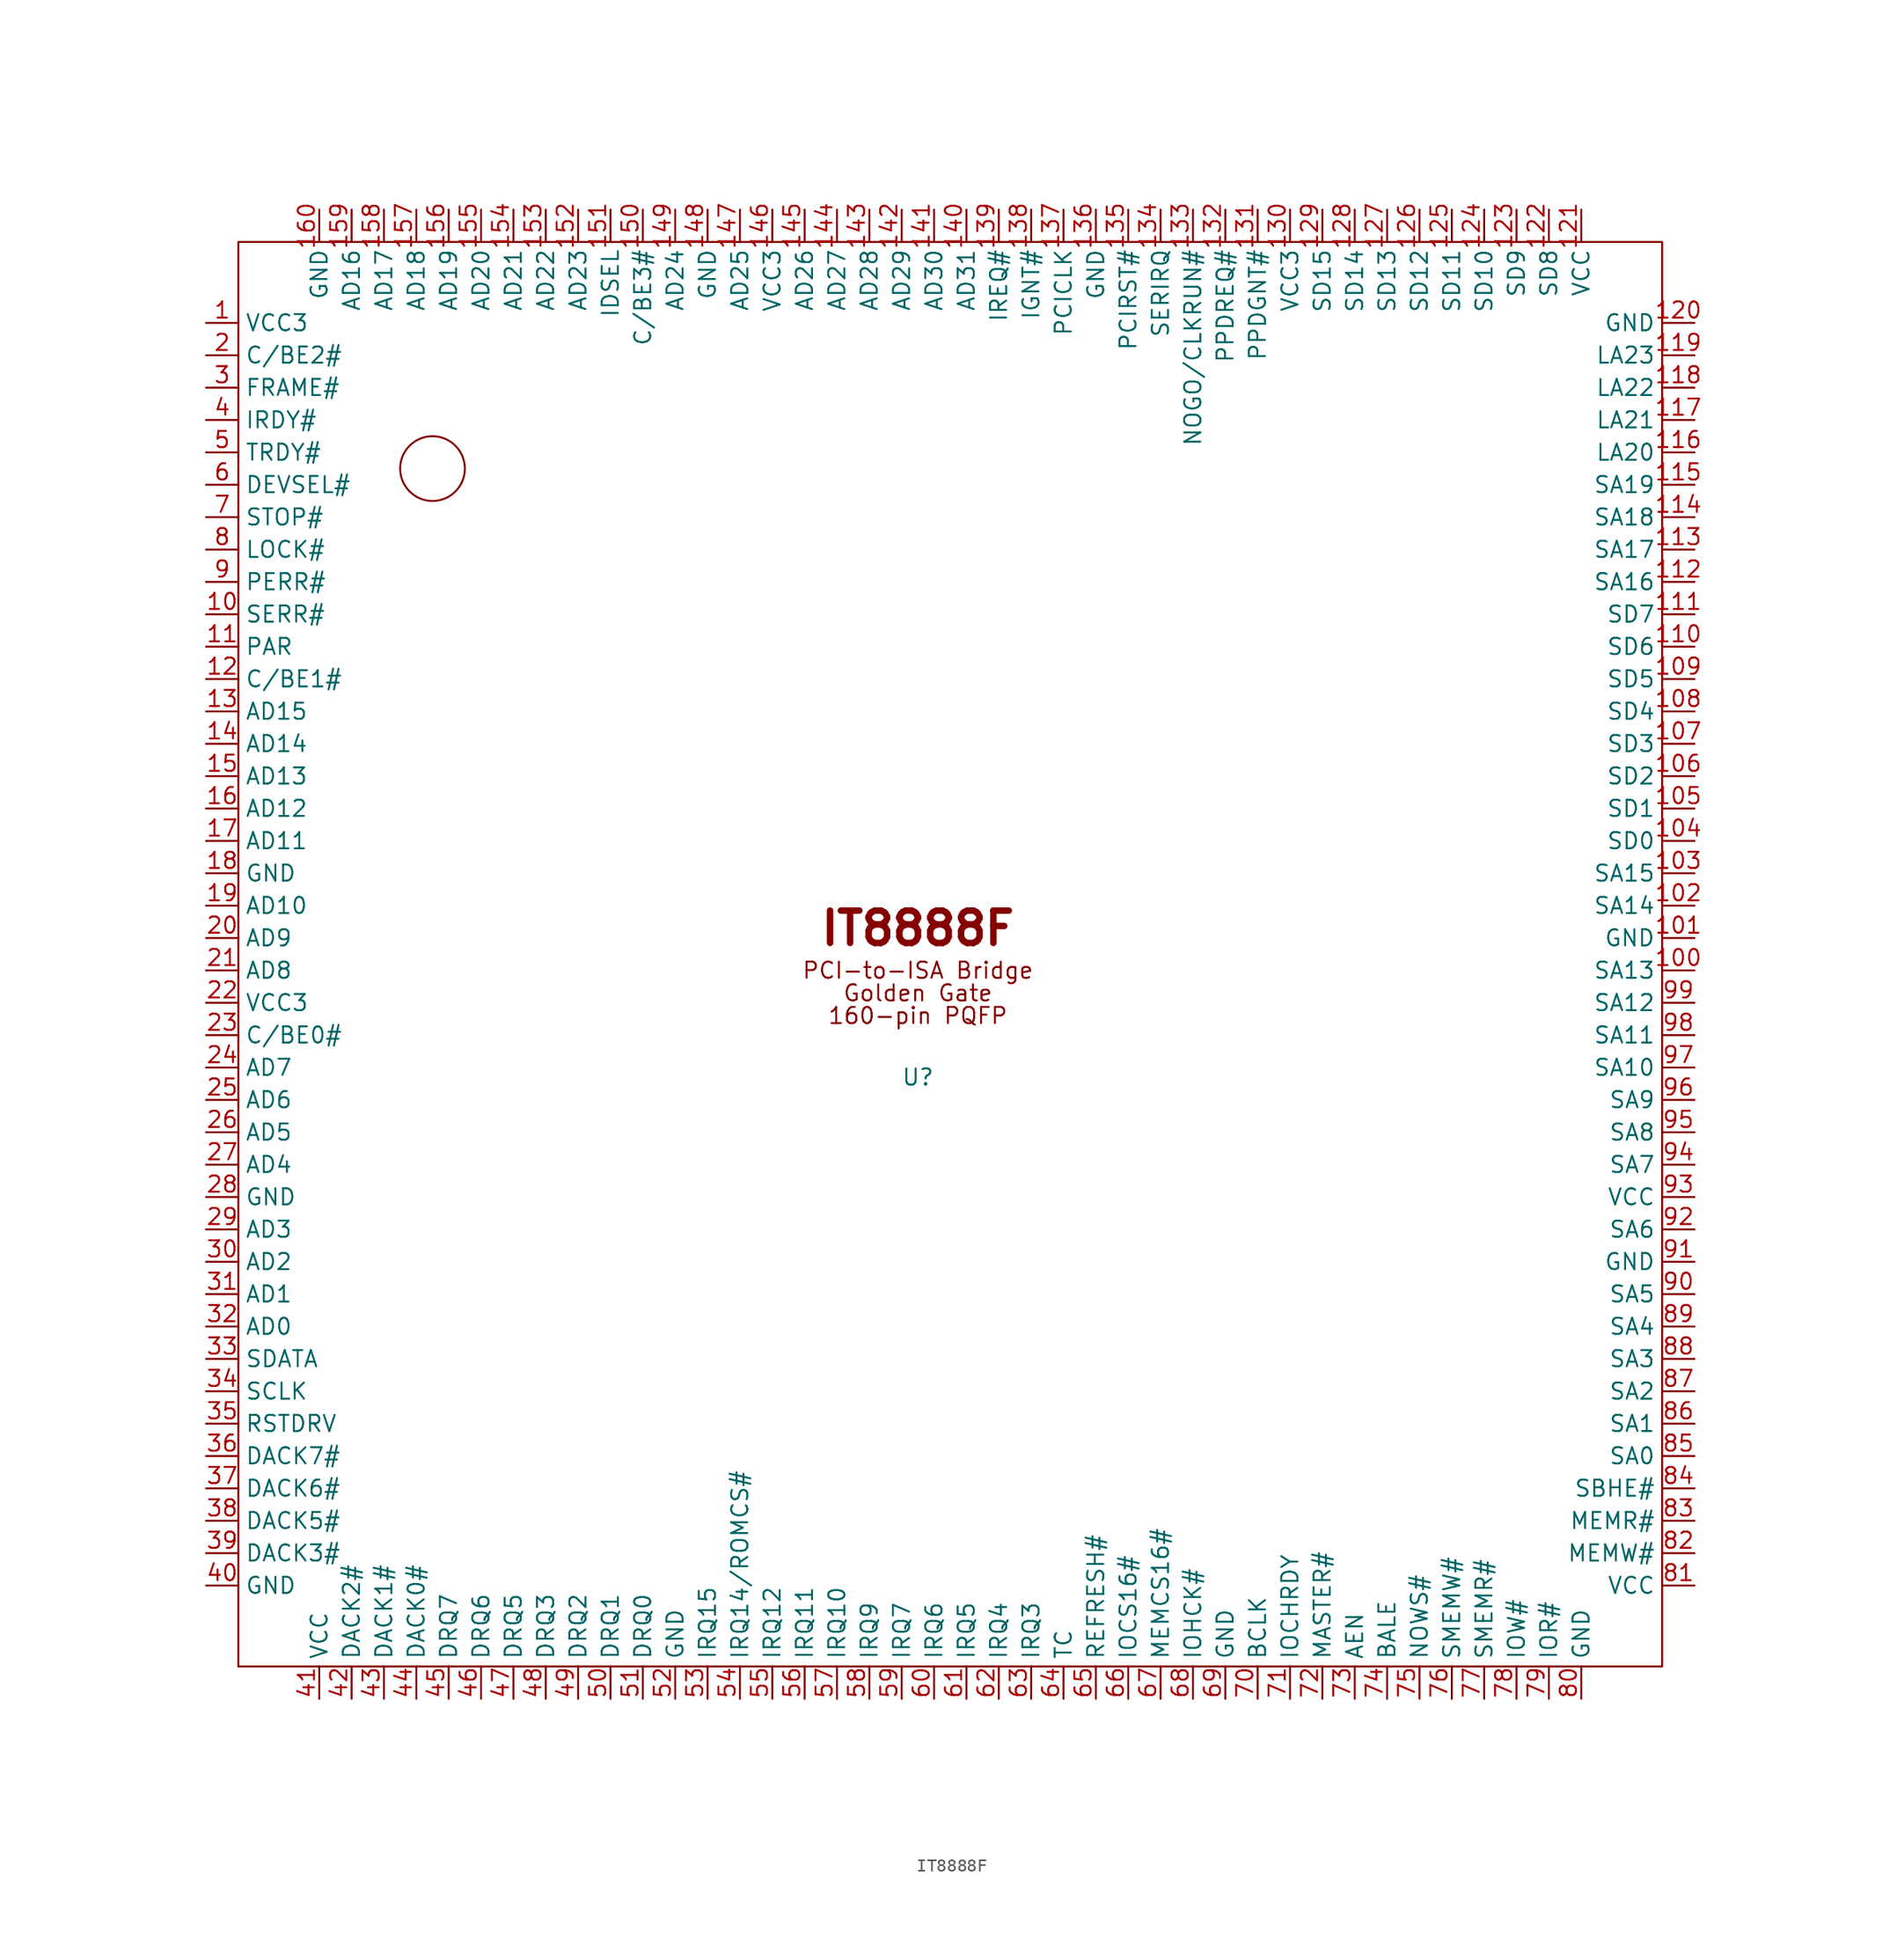
<source format=kicad_sym>
(kicad_symbol_lib
  (version 20241209)
  (generator "kicad_symbol_editor")
  (generator_version "9.0")
  (symbol "IT8888F"
    (property "Reference" "U"
      (at 0 -9.652 0)
      (effects (font (size 1.27 1.27))))
    (property "Value" ""
      (at 0 0 0)
      (effects (font (size 1.27 1.27))))
    (symbol "IT8888F_1_1"
      (rectangle (start -53.34 55.88) (end 58.42 -55.88) (stroke (width 0) (type solid)) (fill (type none)))
      (circle (center -38.1 38.1) (radius 2.54) (stroke (width 0) (type default)) (fill (type none)))
      (text "IT8888F" (at 0 2.032 0) (effects (font (size 2.54 2.54) (thickness 0.508) (bold yes))))
      (text "PCI-to-ISA Bridge" (at 0 -1.27 0) (effects (font (size 1.27 1.27))))
      (text "Golden Gate" (at 0 -3.048 0) (effects (font (size 1.27 1.27))))
      (text "160-pin PQFP" (at 0 -4.826 0) (effects (font (size 1.27 1.27))))
      (pin unspecified line (at -55.88 49.53 0) (length 2.54) (name "VCC3" (effects (font (size 1.27 1.27)))) (number "1" (effects (font (size 1.27 1.27)))))
      (pin unspecified line (at -55.88 46.99 0) (length 2.54) (name "C/BE2#" (effects (font (size 1.27 1.27)))) (number "2" (effects (font (size 1.27 1.27)))))
      (pin unspecified line (at -55.88 44.45 0) (length 2.54) (name "FRAME#" (effects (font (size 1.27 1.27)))) (number "3" (effects (font (size 1.27 1.27)))))
      (pin unspecified line (at -55.88 41.91 0) (length 2.54) (name "IRDY#" (effects (font (size 1.27 1.27)))) (number "4" (effects (font (size 1.27 1.27)))))
      (pin unspecified line (at -55.88 39.37 0) (length 2.54) (name "TRDY#" (effects (font (size 1.27 1.27)))) (number "5" (effects (font (size 1.27 1.27)))))
      (pin unspecified line (at -55.88 36.83 0) (length 2.54) (name "DEVSEL#" (effects (font (size 1.27 1.27)))) (number "6" (effects (font (size 1.27 1.27)))))
      (pin unspecified line (at -55.88 34.29 0) (length 2.54) (name "STOP#" (effects (font (size 1.27 1.27)))) (number "7" (effects (font (size 1.27 1.27)))))
      (pin unspecified line (at -55.88 31.75 0) (length 2.54) (name "LOCK#" (effects (font (size 1.27 1.27)))) (number "8" (effects (font (size 1.27 1.27)))))
      (pin unspecified line (at -55.88 29.21 0) (length 2.54) (name "PERR#" (effects (font (size 1.27 1.27)))) (number "9" (effects (font (size 1.27 1.27)))))
      (pin unspecified line (at -55.88 26.67 0) (length 2.54) (name "SERR#" (effects (font (size 1.27 1.27)))) (number "10" (effects (font (size 1.27 1.27)))))
      (pin unspecified line (at -55.88 24.13 0) (length 2.54) (name "PAR" (effects (font (size 1.27 1.27)))) (number "11" (effects (font (size 1.27 1.27)))))
      (pin unspecified line (at -55.88 21.59 0) (length 2.54) (name "C/BE1#" (effects (font (size 1.27 1.27)))) (number "12" (effects (font (size 1.27 1.27)))))
      (pin unspecified line (at -55.88 19.05 0) (length 2.54) (name "AD15" (effects (font (size 1.27 1.27)))) (number "13" (effects (font (size 1.27 1.27)))))
      (pin unspecified line (at -55.88 16.51 0) (length 2.54) (name "AD14" (effects (font (size 1.27 1.27)))) (number "14" (effects (font (size 1.27 1.27)))))
      (pin unspecified line (at -55.88 13.97 0) (length 2.54) (name "AD13" (effects (font (size 1.27 1.27)))) (number "15" (effects (font (size 1.27 1.27)))))
      (pin unspecified line (at -55.88 11.43 0) (length 2.54) (name "AD12" (effects (font (size 1.27 1.27)))) (number "16" (effects (font (size 1.27 1.27)))))
      (pin unspecified line (at -55.88 8.89 0) (length 2.54) (name "AD11" (effects (font (size 1.27 1.27)))) (number "17" (effects (font (size 1.27 1.27)))))
      (pin unspecified line (at -55.88 6.35 0) (length 2.54) (name "GND" (effects (font (size 1.27 1.27)))) (number "18" (effects (font (size 1.27 1.27)))))
      (pin unspecified line (at -55.88 3.81 0) (length 2.54) (name "AD10" (effects (font (size 1.27 1.27)))) (number "19" (effects (font (size 1.27 1.27)))))
      (pin unspecified line (at -55.88 1.27 0) (length 2.54) (name "AD9" (effects (font (size 1.27 1.27)))) (number "20" (effects (font (size 1.27 1.27)))))
      (pin unspecified line (at -55.88 -1.27 0) (length 2.54) (name "AD8" (effects (font (size 1.27 1.27)))) (number "21" (effects (font (size 1.27 1.27)))))
      (pin unspecified line (at -55.88 -3.81 0) (length 2.54) (name "VCC3" (effects (font (size 1.27 1.27)))) (number "22" (effects (font (size 1.27 1.27)))))
      (pin unspecified line (at -55.88 -6.35 0) (length 2.54) (name "C/BE0#" (effects (font (size 1.27 1.27)))) (number "23" (effects (font (size 1.27 1.27)))))
      (pin unspecified line (at -55.88 -8.89 0) (length 2.54) (name "AD7" (effects (font (size 1.27 1.27)))) (number "24" (effects (font (size 1.27 1.27)))))
      (pin unspecified line (at -55.88 -11.43 0) (length 2.54) (name "AD6" (effects (font (size 1.27 1.27)))) (number "25" (effects (font (size 1.27 1.27)))))
      (pin unspecified line (at -55.88 -13.97 0) (length 2.54) (name "AD5" (effects (font (size 1.27 1.27)))) (number "26" (effects (font (size 1.27 1.27)))))
      (pin unspecified line (at -55.88 -16.51 0) (length 2.54) (name "AD4" (effects (font (size 1.27 1.27)))) (number "27" (effects (font (size 1.27 1.27)))))
      (pin unspecified line (at -55.88 -19.05 0) (length 2.54) (name "GND" (effects (font (size 1.27 1.27)))) (number "28" (effects (font (size 1.27 1.27)))))
      (pin unspecified line (at -55.88 -21.59 0) (length 2.54) (name "AD3" (effects (font (size 1.27 1.27)))) (number "29" (effects (font (size 1.27 1.27)))))
      (pin unspecified line (at -55.88 -24.13 0) (length 2.54) (name "AD2" (effects (font (size 1.27 1.27)))) (number "30" (effects (font (size 1.27 1.27)))))
      (pin unspecified line (at -55.88 -26.67 0) (length 2.54) (name "AD1" (effects (font (size 1.27 1.27)))) (number "31" (effects (font (size 1.27 1.27)))))
      (pin unspecified line (at -55.88 -29.21 0) (length 2.54) (name "AD0" (effects (font (size 1.27 1.27)))) (number "32" (effects (font (size 1.27 1.27)))))
      (pin unspecified line (at -55.88 -31.75 0) (length 2.54) (name "SDATA" (effects (font (size 1.27 1.27)))) (number "33" (effects (font (size 1.27 1.27)))))
      (pin unspecified line (at -55.88 -34.29 0) (length 2.54) (name "SCLK" (effects (font (size 1.27 1.27)))) (number "34" (effects (font (size 1.27 1.27)))))
      (pin unspecified line (at -55.88 -36.83 0) (length 2.54) (name "RSTDRV" (effects (font (size 1.27 1.27)))) (number "35" (effects (font (size 1.27 1.27)))))
      (pin unspecified line (at -55.88 -39.37 0) (length 2.54) (name "DACK7#" (effects (font (size 1.27 1.27)))) (number "36" (effects (font (size 1.27 1.27)))))
      (pin unspecified line (at -55.88 -41.91 0) (length 2.54) (name "DACK6#" (effects (font (size 1.27 1.27)))) (number "37" (effects (font (size 1.27 1.27)))))
      (pin unspecified line (at -55.88 -44.45 0) (length 2.54) (name "DACK5#" (effects (font (size 1.27 1.27)))) (number "38" (effects (font (size 1.27 1.27)))))
      (pin unspecified line (at -55.88 -46.99 0) (length 2.54) (name "DACK3#" (effects (font (size 1.27 1.27)))) (number "39" (effects (font (size 1.27 1.27)))))
      (pin unspecified line (at -55.88 -49.53 0) (length 2.54) (name "GND" (effects (font (size 1.27 1.27)))) (number "40" (effects (font (size 1.27 1.27)))))
      (pin unspecified line (at -46.99 58.42 270) (length 2.54) (name "GND" (effects (font (size 1.27 1.27)))) (number "160" (effects (font (size 1.27 1.27)))))
      (pin unspecified line (at -46.99 -58.42 90) (length 2.54) (name "VCC" (effects (font (size 1.27 1.27)))) (number "41" (effects (font (size 1.27 1.27)))))
      (pin unspecified line (at -44.45 58.42 270) (length 2.54) (name "AD16" (effects (font (size 1.27 1.27)))) (number "159" (effects (font (size 1.27 1.27)))))
      (pin unspecified line (at -44.45 -58.42 90) (length 2.54) (name "DACK2#" (effects (font (size 1.27 1.27)))) (number "42" (effects (font (size 1.27 1.27)))))
      (pin unspecified line (at -41.91 58.42 270) (length 2.54) (name "AD17" (effects (font (size 1.27 1.27)))) (number "158" (effects (font (size 1.27 1.27)))))
      (pin unspecified line (at -41.91 -58.42 90) (length 2.54) (name "DACK1#" (effects (font (size 1.27 1.27)))) (number "43" (effects (font (size 1.27 1.27)))))
      (pin unspecified line (at -39.37 58.42 270) (length 2.54) (name "AD18" (effects (font (size 1.27 1.27)))) (number "157" (effects (font (size 1.27 1.27)))))
      (pin unspecified line (at -39.37 -58.42 90) (length 2.54) (name "DACK0#" (effects (font (size 1.27 1.27)))) (number "44" (effects (font (size 1.27 1.27)))))
      (pin unspecified line (at -36.83 58.42 270) (length 2.54) (name "AD19" (effects (font (size 1.27 1.27)))) (number "156" (effects (font (size 1.27 1.27)))))
      (pin unspecified line (at -36.83 -58.42 90) (length 2.54) (name "DRQ7" (effects (font (size 1.27 1.27)))) (number "45" (effects (font (size 1.27 1.27)))))
      (pin unspecified line (at -34.29 58.42 270) (length 2.54) (name "AD20" (effects (font (size 1.27 1.27)))) (number "155" (effects (font (size 1.27 1.27)))))
      (pin unspecified line (at -34.29 -58.42 90) (length 2.54) (name "DRQ6" (effects (font (size 1.27 1.27)))) (number "46" (effects (font (size 1.27 1.27)))))
      (pin unspecified line (at -31.75 58.42 270) (length 2.54) (name "AD21" (effects (font (size 1.27 1.27)))) (number "154" (effects (font (size 1.27 1.27)))))
      (pin unspecified line (at -31.75 -58.42 90) (length 2.54) (name "DRQ5" (effects (font (size 1.27 1.27)))) (number "47" (effects (font (size 1.27 1.27)))))
      (pin unspecified line (at -29.21 58.42 270) (length 2.54) (name "AD22" (effects (font (size 1.27 1.27)))) (number "153" (effects (font (size 1.27 1.27)))))
      (pin unspecified line (at -29.21 -58.42 90) (length 2.54) (name "DRQ3" (effects (font (size 1.27 1.27)))) (number "48" (effects (font (size 1.27 1.27)))))
      (pin unspecified line (at -26.67 58.42 270) (length 2.54) (name "AD23" (effects (font (size 1.27 1.27)))) (number "152" (effects (font (size 1.27 1.27)))))
      (pin unspecified line (at -26.67 -58.42 90) (length 2.54) (name "DRQ2" (effects (font (size 1.27 1.27)))) (number "49" (effects (font (size 1.27 1.27)))))
      (pin unspecified line (at -24.13 58.42 270) (length 2.54) (name "IDSEL" (effects (font (size 1.27 1.27)))) (number "151" (effects (font (size 1.27 1.27)))))
      (pin unspecified line (at -24.13 -58.42 90) (length 2.54) (name "DRQ1" (effects (font (size 1.27 1.27)))) (number "50" (effects (font (size 1.27 1.27)))))
      (pin unspecified line (at -21.59 58.42 270) (length 2.54) (name "C/BE3#" (effects (font (size 1.27 1.27)))) (number "150" (effects (font (size 1.27 1.27)))))
      (pin unspecified line (at -21.59 -58.42 90) (length 2.54) (name "DRQ0" (effects (font (size 1.27 1.27)))) (number "51" (effects (font (size 1.27 1.27)))))
      (pin unspecified line (at -19.05 58.42 270) (length 2.54) (name "AD24" (effects (font (size 1.27 1.27)))) (number "149" (effects (font (size 1.27 1.27)))))
      (pin unspecified line (at -19.05 -58.42 90) (length 2.54) (name "GND" (effects (font (size 1.27 1.27)))) (number "52" (effects (font (size 1.27 1.27)))))
      (pin unspecified line (at -16.51 58.42 270) (length 2.54) (name "GND" (effects (font (size 1.27 1.27)))) (number "148" (effects (font (size 1.27 1.27)))))
      (pin unspecified line (at -16.51 -58.42 90) (length 2.54) (name "IRQ15" (effects (font (size 1.27 1.27)))) (number "53" (effects (font (size 1.27 1.27)))))
      (pin unspecified line (at -13.97 58.42 270) (length 2.54) (name "AD25" (effects (font (size 1.27 1.27)))) (number "147" (effects (font (size 1.27 1.27)))))
      (pin unspecified line (at -13.97 -58.42 90) (length 2.54) (name "IRQ14/ROMCS#" (effects (font (size 1.27 1.27)))) (number "54" (effects (font (size 1.27 1.27)))))
      (pin unspecified line (at -11.43 58.42 270) (length 2.54) (name "VCC3" (effects (font (size 1.27 1.27)))) (number "146" (effects (font (size 1.27 1.27)))))
      (pin unspecified line (at -11.43 -58.42 90) (length 2.54) (name "IRQ12" (effects (font (size 1.27 1.27)))) (number "55" (effects (font (size 1.27 1.27)))))
      (pin unspecified line (at -8.89 58.42 270) (length 2.54) (name "AD26" (effects (font (size 1.27 1.27)))) (number "145" (effects (font (size 1.27 1.27)))))
      (pin unspecified line (at -8.89 -58.42 90) (length 2.54) (name "IRQ11" (effects (font (size 1.27 1.27)))) (number "56" (effects (font (size 1.27 1.27)))))
      (pin unspecified line (at -6.35 58.42 270) (length 2.54) (name "AD27" (effects (font (size 1.27 1.27)))) (number "144" (effects (font (size 1.27 1.27)))))
      (pin unspecified line (at -6.35 -58.42 90) (length 2.54) (name "IRQ10" (effects (font (size 1.27 1.27)))) (number "57" (effects (font (size 1.27 1.27)))))
      (pin unspecified line (at -3.81 58.42 270) (length 2.54) (name "AD28" (effects (font (size 1.27 1.27)))) (number "143" (effects (font (size 1.27 1.27)))))
      (pin unspecified line (at -3.81 -58.42 90) (length 2.54) (name "IRQ9" (effects (font (size 1.27 1.27)))) (number "58" (effects (font (size 1.27 1.27)))))
      (pin unspecified line (at -1.27 58.42 270) (length 2.54) (name "AD29" (effects (font (size 1.27 1.27)))) (number "142" (effects (font (size 1.27 1.27)))))
      (pin unspecified line (at -1.27 -58.42 90) (length 2.54) (name "IRQ7" (effects (font (size 1.27 1.27)))) (number "59" (effects (font (size 1.27 1.27)))))
      (pin unspecified line (at 1.27 58.42 270) (length 2.54) (name "AD30" (effects (font (size 1.27 1.27)))) (number "141" (effects (font (size 1.27 1.27)))))
      (pin unspecified line (at 1.27 -58.42 90) (length 2.54) (name "IRQ6" (effects (font (size 1.27 1.27)))) (number "60" (effects (font (size 1.27 1.27)))))
      (pin unspecified line (at 3.81 58.42 270) (length 2.54) (name "AD31" (effects (font (size 1.27 1.27)))) (number "140" (effects (font (size 1.27 1.27)))))
      (pin unspecified line (at 3.81 -58.42 90) (length 2.54) (name "IRQ5" (effects (font (size 1.27 1.27)))) (number "61" (effects (font (size 1.27 1.27)))))
      (pin unspecified line (at 6.35 58.42 270) (length 2.54) (name "IREQ#" (effects (font (size 1.27 1.27)))) (number "139" (effects (font (size 1.27 1.27)))))
      (pin unspecified line (at 6.35 -58.42 90) (length 2.54) (name "IRQ4" (effects (font (size 1.27 1.27)))) (number "62" (effects (font (size 1.27 1.27)))))
      (pin unspecified line (at 8.89 58.42 270) (length 2.54) (name "IGNT#" (effects (font (size 1.27 1.27)))) (number "138" (effects (font (size 1.27 1.27)))))
      (pin unspecified line (at 8.89 -58.42 90) (length 2.54) (name "IRQ3" (effects (font (size 1.27 1.27)))) (number "63" (effects (font (size 1.27 1.27)))))
      (pin unspecified line (at 11.43 58.42 270) (length 2.54) (name "PCICLK" (effects (font (size 1.27 1.27)))) (number "137" (effects (font (size 1.27 1.27)))))
      (pin unspecified line (at 11.43 -58.42 90) (length 2.54) (name "TC" (effects (font (size 1.27 1.27)))) (number "64" (effects (font (size 1.27 1.27)))))
      (pin unspecified line (at 13.97 58.42 270) (length 2.54) (name "GND" (effects (font (size 1.27 1.27)))) (number "136" (effects (font (size 1.27 1.27)))))
      (pin unspecified line (at 13.97 -58.42 90) (length 2.54) (name "REFRESH#" (effects (font (size 1.27 1.27)))) (number "65" (effects (font (size 1.27 1.27)))))
      (pin unspecified line (at 16.51 58.42 270) (length 2.54) (name "PCIRST#" (effects (font (size 1.27 1.27)))) (number "135" (effects (font (size 1.27 1.27)))))
      (pin unspecified line (at 16.51 -58.42 90) (length 2.54) (name "IOCS16#" (effects (font (size 1.27 1.27)))) (number "66" (effects (font (size 1.27 1.27)))))
      (pin unspecified line (at 19.05 58.42 270) (length 2.54) (name "SERIRQ" (effects (font (size 1.27 1.27)))) (number "134" (effects (font (size 1.27 1.27)))))
      (pin unspecified line (at 19.05 -58.42 90) (length 2.54) (name "MEMCS16#" (effects (font (size 1.27 1.27)))) (number "67" (effects (font (size 1.27 1.27)))))
      (pin unspecified line (at 21.59 58.42 270) (length 2.54) (name "NOGO/CLKRUN#" (effects (font (size 1.27 1.27)))) (number "133" (effects (font (size 1.27 1.27)))))
      (pin unspecified line (at 21.59 -58.42 90) (length 2.54) (name "IOHCK#" (effects (font (size 1.27 1.27)))) (number "68" (effects (font (size 1.27 1.27)))))
      (pin unspecified line (at 24.13 58.42 270) (length 2.54) (name "PPDREQ#" (effects (font (size 1.27 1.27)))) (number "132" (effects (font (size 1.27 1.27)))))
      (pin unspecified line (at 24.13 -58.42 90) (length 2.54) (name "GND" (effects (font (size 1.27 1.27)))) (number "69" (effects (font (size 1.27 1.27)))))
      (pin unspecified line (at 26.67 58.42 270) (length 2.54) (name "PPDGNT#" (effects (font (size 1.27 1.27)))) (number "131" (effects (font (size 1.27 1.27)))))
      (pin unspecified line (at 26.67 -58.42 90) (length 2.54) (name "BCLK" (effects (font (size 1.27 1.27)))) (number "70" (effects (font (size 1.27 1.27)))))
      (pin unspecified line (at 29.21 58.42 270) (length 2.54) (name "VCC3" (effects (font (size 1.27 1.27)))) (number "130" (effects (font (size 1.27 1.27)))))
      (pin unspecified line (at 29.21 -58.42 90) (length 2.54) (name "IOCHRDY" (effects (font (size 1.27 1.27)))) (number "71" (effects (font (size 1.27 1.27)))))
      (pin unspecified line (at 31.75 58.42 270) (length 2.54) (name "SD15" (effects (font (size 1.27 1.27)))) (number "129" (effects (font (size 1.27 1.27)))))
      (pin unspecified line (at 31.75 -58.42 90) (length 2.54) (name "MASTER#" (effects (font (size 1.27 1.27)))) (number "72" (effects (font (size 1.27 1.27)))))
      (pin unspecified line (at 34.29 58.42 270) (length 2.54) (name "SD14" (effects (font (size 1.27 1.27)))) (number "128" (effects (font (size 1.27 1.27)))))
      (pin unspecified line (at 34.29 -58.42 90) (length 2.54) (name "AEN" (effects (font (size 1.27 1.27)))) (number "73" (effects (font (size 1.27 1.27)))))
      (pin unspecified line (at 36.83 58.42 270) (length 2.54) (name "SD13" (effects (font (size 1.27 1.27)))) (number "127" (effects (font (size 1.27 1.27)))))
      (pin unspecified line (at 36.83 -58.42 90) (length 2.54) (name "BALE" (effects (font (size 1.27 1.27)))) (number "74" (effects (font (size 1.27 1.27)))))
      (pin unspecified line (at 39.37 58.42 270) (length 2.54) (name "SD12" (effects (font (size 1.27 1.27)))) (number "126" (effects (font (size 1.27 1.27)))))
      (pin unspecified line (at 39.37 -58.42 90) (length 2.54) (name "NOWS#" (effects (font (size 1.27 1.27)))) (number "75" (effects (font (size 1.27 1.27)))))
      (pin unspecified line (at 41.91 58.42 270) (length 2.54) (name "SD11" (effects (font (size 1.27 1.27)))) (number "125" (effects (font (size 1.27 1.27)))))
      (pin unspecified line (at 41.91 -58.42 90) (length 2.54) (name "SMEMW#" (effects (font (size 1.27 1.27)))) (number "76" (effects (font (size 1.27 1.27)))))
      (pin unspecified line (at 44.45 58.42 270) (length 2.54) (name "SD10" (effects (font (size 1.27 1.27)))) (number "124" (effects (font (size 1.27 1.27)))))
      (pin unspecified line (at 44.45 -58.42 90) (length 2.54) (name "SMEMR#" (effects (font (size 1.27 1.27)))) (number "77" (effects (font (size 1.27 1.27)))))
      (pin unspecified line (at 46.99 58.42 270) (length 2.54) (name "SD9" (effects (font (size 1.27 1.27)))) (number "123" (effects (font (size 1.27 1.27)))))
      (pin unspecified line (at 46.99 -58.42 90) (length 2.54) (name "IOW#" (effects (font (size 1.27 1.27)))) (number "78" (effects (font (size 1.27 1.27)))))
      (pin unspecified line (at 49.53 58.42 270) (length 2.54) (name "SD8" (effects (font (size 1.27 1.27)))) (number "122" (effects (font (size 1.27 1.27)))))
      (pin unspecified line (at 49.53 -58.42 90) (length 2.54) (name "IOR#" (effects (font (size 1.27 1.27)))) (number "79" (effects (font (size 1.27 1.27)))))
      (pin unspecified line (at 52.07 58.42 270) (length 2.54) (name "VCC" (effects (font (size 1.27 1.27)))) (number "121" (effects (font (size 1.27 1.27)))))
      (pin unspecified line (at 52.07 -58.42 90) (length 2.54) (name "GND" (effects (font (size 1.27 1.27)))) (number "80" (effects (font (size 1.27 1.27)))))
      (pin unspecified line (at 60.96 49.53 180) (length 2.54) (name "GND" (effects (font (size 1.27 1.27)))) (number "120" (effects (font (size 1.27 1.27)))))
      (pin unspecified line (at 60.96 46.99 180) (length 2.54) (name "LA23" (effects (font (size 1.27 1.27)))) (number "119" (effects (font (size 1.27 1.27)))))
      (pin unspecified line (at 60.96 44.45 180) (length 2.54) (name "LA22" (effects (font (size 1.27 1.27)))) (number "118" (effects (font (size 1.27 1.27)))))
      (pin unspecified line (at 60.96 41.91 180) (length 2.54) (name "LA21" (effects (font (size 1.27 1.27)))) (number "117" (effects (font (size 1.27 1.27)))))
      (pin unspecified line (at 60.96 39.37 180) (length 2.54) (name "LA20" (effects (font (size 1.27 1.27)))) (number "116" (effects (font (size 1.27 1.27)))))
      (pin unspecified line (at 60.96 36.83 180) (length 2.54) (name "SA19" (effects (font (size 1.27 1.27)))) (number "115" (effects (font (size 1.27 1.27)))))
      (pin unspecified line (at 60.96 34.29 180) (length 2.54) (name "SA18" (effects (font (size 1.27 1.27)))) (number "114" (effects (font (size 1.27 1.27)))))
      (pin unspecified line (at 60.96 31.75 180) (length 2.54) (name "SA17" (effects (font (size 1.27 1.27)))) (number "113" (effects (font (size 1.27 1.27)))))
      (pin unspecified line (at 60.96 29.21 180) (length 2.54) (name "SA16" (effects (font (size 1.27 1.27)))) (number "112" (effects (font (size 1.27 1.27)))))
      (pin unspecified line (at 60.96 26.67 180) (length 2.54) (name "SD7" (effects (font (size 1.27 1.27)))) (number "111" (effects (font (size 1.27 1.27)))))
      (pin unspecified line (at 60.96 24.13 180) (length 2.54) (name "SD6" (effects (font (size 1.27 1.27)))) (number "110" (effects (font (size 1.27 1.27)))))
      (pin unspecified line (at 60.96 21.59 180) (length 2.54) (name "SD5" (effects (font (size 1.27 1.27)))) (number "109" (effects (font (size 1.27 1.27)))))
      (pin unspecified line (at 60.96 19.05 180) (length 2.54) (name "SD4" (effects (font (size 1.27 1.27)))) (number "108" (effects (font (size 1.27 1.27)))))
      (pin unspecified line (at 60.96 16.51 180) (length 2.54) (name "SD3" (effects (font (size 1.27 1.27)))) (number "107" (effects (font (size 1.27 1.27)))))
      (pin unspecified line (at 60.96 13.97 180) (length 2.54) (name "SD2" (effects (font (size 1.27 1.27)))) (number "106" (effects (font (size 1.27 1.27)))))
      (pin unspecified line (at 60.96 11.43 180) (length 2.54) (name "SD1" (effects (font (size 1.27 1.27)))) (number "105" (effects (font (size 1.27 1.27)))))
      (pin unspecified line (at 60.96 8.89 180) (length 2.54) (name "SD0" (effects (font (size 1.27 1.27)))) (number "104" (effects (font (size 1.27 1.27)))))
      (pin unspecified line (at 60.96 6.35 180) (length 2.54) (name "SA15" (effects (font (size 1.27 1.27)))) (number "103" (effects (font (size 1.27 1.27)))))
      (pin unspecified line (at 60.96 3.81 180) (length 2.54) (name "SA14" (effects (font (size 1.27 1.27)))) (number "102" (effects (font (size 1.27 1.27)))))
      (pin unspecified line (at 60.96 1.27 180) (length 2.54) (name "GND" (effects (font (size 1.27 1.27)))) (number "101" (effects (font (size 1.27 1.27)))))
      (pin unspecified line (at 60.96 -1.27 180) (length 2.54) (name "SA13" (effects (font (size 1.27 1.27)))) (number "100" (effects (font (size 1.27 1.27)))))
      (pin unspecified line (at 60.96 -3.81 180) (length 2.54) (name "SA12" (effects (font (size 1.27 1.27)))) (number "99" (effects (font (size 1.27 1.27)))))
      (pin unspecified line (at 60.96 -6.35 180) (length 2.54) (name "SA11" (effects (font (size 1.27 1.27)))) (number "98" (effects (font (size 1.27 1.27)))))
      (pin unspecified line (at 60.96 -8.89 180) (length 2.54) (name "SA10" (effects (font (size 1.27 1.27)))) (number "97" (effects (font (size 1.27 1.27)))))
      (pin unspecified line (at 60.96 -11.43 180) (length 2.54) (name "SA9" (effects (font (size 1.27 1.27)))) (number "96" (effects (font (size 1.27 1.27)))))
      (pin unspecified line (at 60.96 -13.97 180) (length 2.54) (name "SA8" (effects (font (size 1.27 1.27)))) (number "95" (effects (font (size 1.27 1.27)))))
      (pin unspecified line (at 60.96 -16.51 180) (length 2.54) (name "SA7" (effects (font (size 1.27 1.27)))) (number "94" (effects (font (size 1.27 1.27)))))
      (pin unspecified line (at 60.96 -19.05 180) (length 2.54) (name "VCC" (effects (font (size 1.27 1.27)))) (number "93" (effects (font (size 1.27 1.27)))))
      (pin unspecified line (at 60.96 -21.59 180) (length 2.54) (name "SA6" (effects (font (size 1.27 1.27)))) (number "92" (effects (font (size 1.27 1.27)))))
      (pin unspecified line (at 60.96 -24.13 180) (length 2.54) (name "GND" (effects (font (size 1.27 1.27)))) (number "91" (effects (font (size 1.27 1.27)))))
      (pin unspecified line (at 60.96 -26.67 180) (length 2.54) (name "SA5" (effects (font (size 1.27 1.27)))) (number "90" (effects (font (size 1.27 1.27)))))
      (pin unspecified line (at 60.96 -29.21 180) (length 2.54) (name "SA4" (effects (font (size 1.27 1.27)))) (number "89" (effects (font (size 1.27 1.27)))))
      (pin unspecified line (at 60.96 -31.75 180) (length 2.54) (name "SA3" (effects (font (size 1.27 1.27)))) (number "88" (effects (font (size 1.27 1.27)))))
      (pin unspecified line (at 60.96 -34.29 180) (length 2.54) (name "SA2" (effects (font (size 1.27 1.27)))) (number "87" (effects (font (size 1.27 1.27)))))
      (pin unspecified line (at 60.96 -36.83 180) (length 2.54) (name "SA1" (effects (font (size 1.27 1.27)))) (number "86" (effects (font (size 1.27 1.27)))))
      (pin unspecified line (at 60.96 -39.37 180) (length 2.54) (name "SA0" (effects (font (size 1.27 1.27)))) (number "85" (effects (font (size 1.27 1.27)))))
      (pin unspecified line (at 60.96 -41.91 180) (length 2.54) (name "SBHE#" (effects (font (size 1.27 1.27)))) (number "84" (effects (font (size 1.27 1.27)))))
      (pin unspecified line (at 60.96 -44.45 180) (length 2.54) (name "MEMR#" (effects (font (size 1.27 1.27)))) (number "83" (effects (font (size 1.27 1.27)))))
      (pin unspecified line (at 60.96 -46.99 180) (length 2.54) (name "MEMW#" (effects (font (size 1.27 1.27)))) (number "82" (effects (font (size 1.27 1.27)))))
      (pin unspecified line (at 60.96 -49.53 180) (length 2.54) (name "VCC" (effects (font (size 1.27 1.27)))) (number "81" (effects (font (size 1.27 1.27))))))))
</source>
